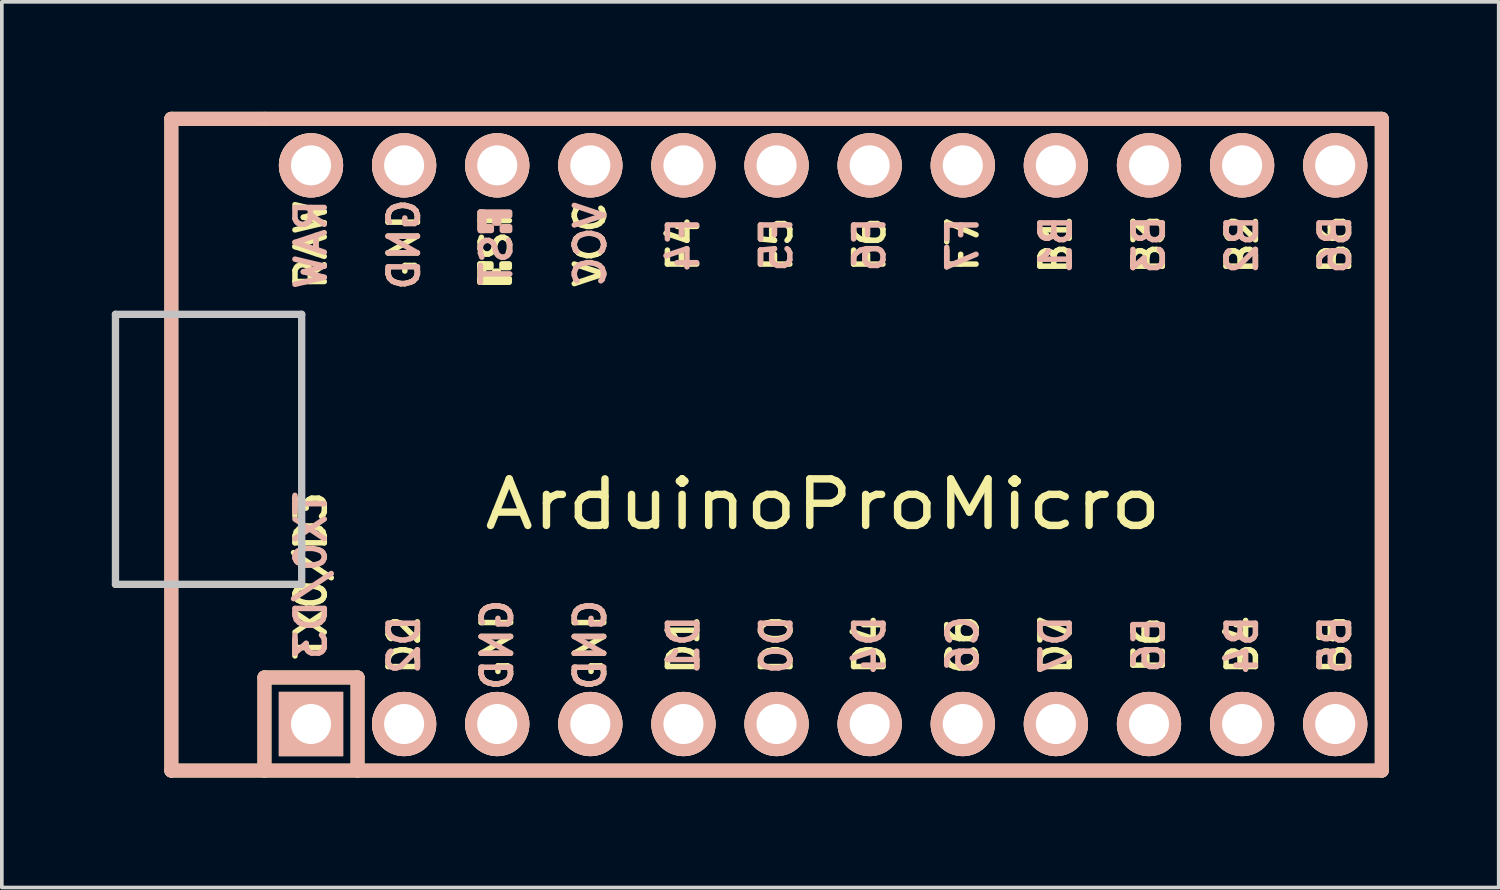
<source format=kicad_pcb>
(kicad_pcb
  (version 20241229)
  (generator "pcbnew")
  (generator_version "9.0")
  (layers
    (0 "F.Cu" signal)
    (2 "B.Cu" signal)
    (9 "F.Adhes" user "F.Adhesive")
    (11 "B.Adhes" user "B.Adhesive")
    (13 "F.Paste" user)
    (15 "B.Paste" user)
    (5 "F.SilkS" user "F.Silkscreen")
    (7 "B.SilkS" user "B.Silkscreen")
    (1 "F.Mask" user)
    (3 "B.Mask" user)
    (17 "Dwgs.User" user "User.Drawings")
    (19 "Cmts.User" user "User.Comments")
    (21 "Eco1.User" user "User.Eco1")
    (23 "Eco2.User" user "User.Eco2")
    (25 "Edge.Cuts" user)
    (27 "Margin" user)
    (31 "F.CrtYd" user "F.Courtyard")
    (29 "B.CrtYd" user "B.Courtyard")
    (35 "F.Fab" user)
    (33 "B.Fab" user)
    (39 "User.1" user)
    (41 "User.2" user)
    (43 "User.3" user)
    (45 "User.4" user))
  (footprint "ArduinoProMicro"
    (layer "F.Cu")
    (at 19.404 9.081)
    (property "Reference" "ArduinoProMicro" (at 0 1.625 0) (layer "F.SilkS") (effects (font (size 1.27 1.524) (thickness 0.203))))
    (attr through_hole)
    (fp_line (start -17.78 -8.89) (end -17.78 8.89) (stroke (width 0.381) (type solid)) (layer "F.SilkS"))
    (fp_line (start -17.78 8.89) (end -15.24 8.89) (stroke (width 0.381) (type solid)) (layer "F.SilkS"))
    (fp_line (start -15.24 -8.89) (end -17.78 -8.89) (stroke (width 0.381) (type solid)) (layer "F.SilkS"))
    (fp_line (start -15.24 6.35) (end -15.24 8.89) (stroke (width 0.381) (type solid)) (layer "F.SilkS"))
    (fp_line (start -15.24 6.35) (end -12.7 6.35) (stroke (width 0.381) (type solid)) (layer "F.SilkS"))
    (fp_line (start -15.24 8.89) (end 15.24 8.89) (stroke (width 0.381) (type solid)) (layer "F.SilkS"))
    (fp_line (start -12.7 6.35) (end -12.7 8.89) (stroke (width 0.381) (type solid)) (layer "F.SilkS"))
    (fp_line (start 15.24 -8.89) (end -15.24 -8.89) (stroke (width 0.381) (type solid)) (layer "F.SilkS"))
    (fp_line (start 15.24 8.89) (end 15.24 -8.89) (stroke (width 0.381) (type solid)) (layer "F.SilkS"))
    (fp_poly (pts (xy -9.361 -4.932) (xy -9.261 -4.932) (xy -9.261 -4.432) (xy -9.361 -4.432)) (stroke (width 0.15) (type solid)) (fill yes) (layer "F.SilkS"))
    (fp_poly (pts (xy -9.361 -4.932) (xy -9.061 -4.932) (xy -9.061 -4.832) (xy -9.361 -4.832)) (stroke (width 0.15) (type solid)) (fill yes) (layer "F.SilkS"))
    (fp_poly (pts (xy -9.361 -4.532) (xy -8.561 -4.532) (xy -8.561 -4.432) (xy -9.361 -4.432)) (stroke (width 0.15) (type solid)) (fill yes) (layer "F.SilkS"))
    (fp_poly (pts (xy -8.961 -4.732) (xy -8.861 -4.732) (xy -8.861 -4.632) (xy -8.961 -4.632)) (stroke (width 0.15) (type solid)) (fill yes) (layer "F.SilkS"))
    (fp_poly (pts (xy -8.761 -4.932) (xy -8.561 -4.932) (xy -8.561 -4.832) (xy -8.761 -4.832)) (stroke (width 0.15) (type solid)) (fill yes) (layer "F.SilkS"))
    (fp_line (start -17.78 -8.89) (end -17.78 8.89) (stroke (width 0.381) (type solid)) (layer "B.SilkS"))
    (fp_line (start -17.78 8.89) (end 15.24 8.89) (stroke (width 0.381) (type solid)) (layer "B.SilkS"))
    (fp_line (start -15.24 6.35) (end -15.24 8.89) (stroke (width 0.381) (type solid)) (layer "B.SilkS"))
    (fp_line (start -15.24 6.35) (end -12.7 6.35) (stroke (width 0.381) (type solid)) (layer "B.SilkS"))
    (fp_line (start -12.7 6.35) (end -12.7 8.89) (stroke (width 0.381) (type solid)) (layer "B.SilkS"))
    (fp_line (start 15.24 -8.89) (end -17.78 -8.89) (stroke (width 0.381) (type solid)) (layer "B.SilkS"))
    (fp_line (start 15.24 8.89) (end 15.24 -8.89) (stroke (width 0.381) (type solid)) (layer "B.SilkS"))
    (fp_poly (pts (xy -9.351 -6.245) (xy -8.551 -6.245) (xy -8.551 -6.345) (xy -9.351 -6.345)) (stroke (width 0.15) (type solid)) (fill yes) (layer "B.SilkS"))
    (fp_poly (pts (xy -9.351 -5.845) (xy -9.251 -5.845) (xy -9.251 -6.345) (xy -9.351 -6.345)) (stroke (width 0.15) (type solid)) (fill yes) (layer "B.SilkS"))
    (fp_poly (pts (xy -9.351 -5.845) (xy -9.051 -5.845) (xy -9.051 -5.945) (xy -9.351 -5.945)) (stroke (width 0.15) (type solid)) (fill yes) (layer "B.SilkS"))
    (fp_poly (pts (xy -8.951 -6.045) (xy -8.851 -6.045) (xy -8.851 -6.145) (xy -8.951 -6.145)) (stroke (width 0.15) (type solid)) (fill yes) (layer "B.SilkS"))
    (fp_poly (pts (xy -8.751 -5.845) (xy -8.551 -5.845) (xy -8.551 -5.945) (xy -8.751 -5.945)) (stroke (width 0.15) (type solid)) (fill yes) (layer "B.SilkS"))
    (fp_line (start -19.304 -3.556) (end -14.224 -3.556) (stroke (width 0.2) (type solid)) (layer "Dwgs.User"))
    (fp_line (start -19.304 3.81) (end -19.304 -3.556) (stroke (width 0.2) (type solid)) (layer "Dwgs.User"))
    (fp_line (start -14.224 -3.556) (end -14.224 3.81) (stroke (width 0.2) (type solid)) (layer "Dwgs.User"))
    (fp_line (start -14.224 3.81) (end -19.304 3.81) (stroke (width 0.2) (type solid)) (layer "Dwgs.User"))
    (fp_text user "B6" (at 13.97 -5.461 90) (layer "F.SilkS") (effects (font (size 0.8 0.8) (thickness 0.15))))
    (fp_text user "E6" (at 8.89 5.461 90) (layer "F.SilkS") (effects (font (size 0.8 0.8) (thickness 0.15))))
    (fp_text user "D2" (at -11.43 5.461 90) (layer "F.SilkS") (effects (font (size 0.8 0.8) (thickness 0.15))))
    (fp_text user "F7" (at 3.81 -5.461 90) (layer "F.SilkS") (effects (font (size 0.8 0.8) (thickness 0.15))))
    (fp_text user "D1" (at -3.81 5.461 90) (layer "F.SilkS") (effects (font (size 0.8 0.8) (thickness 0.15))))
    (fp_text user "GND" (at -6.35 5.461 90) (layer "F.SilkS") (effects (font (size 0.8 0.8) (thickness 0.15))))
    (fp_text user "B5" (at 13.97 5.461 90) (layer "F.SilkS") (effects (font (size 0.8 0.8) (thickness 0.15))))
    (fp_text user "F5" (at -1.27 -5.461 90) (layer "F.SilkS") (effects (font (size 0.8 0.8) (thickness 0.15))))
    (fp_text user "VCC" (at -6.35 -5.461 90) (layer "F.SilkS") (effects (font (size 0.8 0.8) (thickness 0.15))))
    (fp_text user "GND" (at -11.43 -5.461 90) (layer "F.SilkS") (effects (font (size 0.8 0.8) (thickness 0.15))))
    (fp_text user "B2" (at 11.43 -5.461 90) (layer "F.SilkS") (effects (font (size 0.8 0.8) (thickness 0.15))))
    (fp_text user "TX0/D3" (at -13.97 3.572 90) (layer "F.SilkS") (effects (font (size 0.8 0.8) (thickness 0.15))))
    (fp_text user "RAW" (at -13.97 -5.461 90) (layer "F.SilkS") (effects (font (size 0.8 0.8) (thickness 0.15))))
    (fp_text user "D4" (at 1.27 5.461 90) (layer "F.SilkS") (effects (font (size 0.8 0.8) (thickness 0.15))))
    (fp_text user "B4" (at 11.43 5.461 90) (layer "F.SilkS") (effects (font (size 0.8 0.8) (thickness 0.15))))
    (fp_text user "B3" (at 8.89 -5.461 90) (layer "F.SilkS") (effects (font (size 0.8 0.8) (thickness 0.15))))
    (fp_text user "ST" (at -8.92 -5.733 90) (layer "F.SilkS") (effects (font (size 0.8 0.8) (thickness 0.15))))
    (fp_text user "F4" (at -3.81 -5.461 90) (layer "F.SilkS") (effects (font (size 0.8 0.8) (thickness 0.15))))
    (fp_text user "C6" (at 3.81 5.461 90) (layer "F.SilkS") (effects (font (size 0.8 0.8) (thickness 0.15))))
    (fp_text user "D0" (at -1.27 5.461 90) (layer "F.SilkS") (effects (font (size 0.8 0.8) (thickness 0.15))))
    (fp_text user "GND" (at -8.89 5.461 90) (layer "F.SilkS") (effects (font (size 0.8 0.8) (thickness 0.15))))
    (fp_text user "B1" (at 6.35 -5.461 90) (layer "F.SilkS") (effects (font (size 0.8 0.8) (thickness 0.15))))
    (fp_text user "D7" (at 6.35 5.461 90) (layer "F.SilkS") (effects (font (size 0.8 0.8) (thickness 0.15))))
    (fp_text user "F6" (at 1.27 -5.461 90) (layer "F.SilkS") (effects (font (size 0.8 0.8) (thickness 0.15))))
    (fp_text user "F7" (at 3.81 -5.461 90) (layer "B.SilkS") (effects (font (size 0.8 0.8) (thickness 0.15)) (justify mirror)))
    (fp_text user "F6" (at 1.27 -5.461 90) (layer "B.SilkS") (effects (font (size 0.8 0.8) (thickness 0.15)) (justify mirror)))
    (fp_text user "VCC" (at -6.35 -5.461 90) (layer "B.SilkS") (effects (font (size 0.8 0.8) (thickness 0.15)) (justify mirror)))
    (fp_text user "D7" (at 6.35 5.461 90) (layer "B.SilkS") (effects (font (size 0.8 0.8) (thickness 0.15)) (justify mirror)))
    (fp_text user "B1" (at 6.35 -5.461 90) (layer "B.SilkS") (effects (font (size 0.8 0.8) (thickness 0.15)) (justify mirror)))
    (fp_text user "F5" (at -1.27 -5.461 90) (layer "B.SilkS") (effects (font (size 0.8 0.8) (thickness 0.15)) (justify mirror)))
    (fp_text user "D1" (at -3.81 5.461 90) (layer "B.SilkS") (effects (font (size 0.8 0.8) (thickness 0.15)) (justify mirror)))
    (fp_text user "D0" (at -1.27 5.461 90) (layer "B.SilkS") (effects (font (size 0.8 0.8) (thickness 0.15)) (justify mirror)))
    (fp_text user "D2" (at -11.43 5.461 90) (layer "B.SilkS") (effects (font (size 0.8 0.8) (thickness 0.15)) (justify mirror)))
    (fp_text user "B5" (at 13.97 5.461 90) (layer "B.SilkS") (effects (font (size 0.8 0.8) (thickness 0.15)) (justify mirror)))
    (fp_text user "TX0/D3" (at -13.97 3.572 90) (layer "B.SilkS") (effects (font (size 0.8 0.8) (thickness 0.15)) (justify mirror)))
    (fp_text user "D4" (at 1.27 5.461 90) (layer "B.SilkS") (effects (font (size 0.8 0.8) (thickness 0.15)) (justify mirror)))
    (fp_text user "F4" (at -3.81 -5.461 90) (layer "B.SilkS") (effects (font (size 0.8 0.8) (thickness 0.15)) (justify mirror)))
    (fp_text user "GND" (at -6.35 5.461 90) (layer "B.SilkS") (effects (font (size 0.8 0.8) (thickness 0.15)) (justify mirror)))
    (fp_text user "RAW" (at -13.97 -5.461 90) (layer "B.SilkS") (effects (font (size 0.8 0.8) (thickness 0.15)) (justify mirror)))
    (fp_text user "B2" (at 11.43 -5.461 90) (layer "B.SilkS") (effects (font (size 0.8 0.8) (thickness 0.15)) (justify mirror)))
    (fp_text user "C6" (at 3.81 5.461 90) (layer "B.SilkS") (effects (font (size 0.8 0.8) (thickness 0.15)) (justify mirror)))
    (fp_text user "ST" (at -8.91 -5.04 90) (layer "B.SilkS") (effects (font (size 0.8 0.8) (thickness 0.15)) (justify mirror)))
    (fp_text user "B3" (at 8.89 -5.461 90) (layer "B.SilkS") (effects (font (size 0.8 0.8) (thickness 0.15)) (justify mirror)))
    (fp_text user "B6" (at 13.97 -5.461 90) (layer "B.SilkS") (effects (font (size 0.8 0.8) (thickness 0.15)) (justify mirror)))
    (fp_text user "E6" (at 8.89 5.461 90) (layer "B.SilkS") (effects (font (size 0.8 0.8) (thickness 0.15)) (justify mirror)))
    (fp_text user "B4" (at 11.43 5.461 90) (layer "B.SilkS") (effects (font (size 0.8 0.8) (thickness 0.15)) (justify mirror)))
    (fp_text user "GND" (at -8.89 5.461 90) (layer "B.SilkS") (effects (font (size 0.8 0.8) (thickness 0.15)) (justify mirror)))
    (fp_text user "GND" (at -11.43 -5.461 90) (layer "B.SilkS") (effects (font (size 0.8 0.8) (thickness 0.15)) (justify mirror)))
    (pad "1" thru_hole rect (at -13.97 7.62) (size 1.753 1.753) (drill 1.092) (layers "*.Cu" "*.SilkS" "*.Mask"))
    (pad "2" thru_hole circle (at -11.43 7.62) (size 1.753 1.753) (drill 1.092) (layers "*.Cu" "*.SilkS" "*.Mask"))
    (pad "3" thru_hole circle (at -8.89 7.62) (size 1.753 1.753) (drill 1.092) (layers "*.Cu" "*.SilkS" "*.Mask"))
    (pad "4" thru_hole circle (at -6.35 7.62) (size 1.753 1.753) (drill 1.092) (layers "*.Cu" "*.SilkS" "*.Mask"))
    (pad "5" thru_hole circle (at -3.81 7.62) (size 1.753 1.753) (drill 1.092) (layers "*.Cu" "*.SilkS" "*.Mask"))
    (pad "6" thru_hole circle (at -1.27 7.62) (size 1.753 1.753) (drill 1.092) (layers "*.Cu" "*.SilkS" "*.Mask"))
    (pad "7" thru_hole circle (at 1.27 7.62) (size 1.753 1.753) (drill 1.092) (layers "*.Cu" "*.SilkS" "*.Mask"))
    (pad "8" thru_hole circle (at 3.81 7.62) (size 1.753 1.753) (drill 1.092) (layers "*.Cu" "*.SilkS" "*.Mask"))
    (pad "9" thru_hole circle (at 6.35 7.62) (size 1.753 1.753) (drill 1.092) (layers "*.Cu" "*.SilkS" "*.Mask"))
    (pad "10" thru_hole circle (at 8.89 7.62) (size 1.753 1.753) (drill 1.092) (layers "*.Cu" "*.SilkS" "*.Mask"))
    (pad "11" thru_hole circle (at 11.43 7.62) (size 1.753 1.753) (drill 1.092) (layers "*.Cu" "*.SilkS" "*.Mask"))
    (pad "12" thru_hole circle (at 13.97 7.62) (size 1.753 1.753) (drill 1.092) (layers "*.Cu" "*.SilkS" "*.Mask"))
    (pad "13" thru_hole circle (at 13.97 -7.62) (size 1.753 1.753) (drill 1.092) (layers "*.Cu" "*.SilkS" "*.Mask"))
    (pad "14" thru_hole circle (at 11.43 -7.62) (size 1.753 1.753) (drill 1.092) (layers "*.Cu" "*.SilkS" "*.Mask"))
    (pad "15" thru_hole circle (at 8.89 -7.62) (size 1.753 1.753) (drill 1.092) (layers "*.Cu" "*.SilkS" "*.Mask"))
    (pad "16" thru_hole circle (at 6.35 -7.62) (size 1.753 1.753) (drill 1.092) (layers "*.Cu" "*.SilkS" "*.Mask"))
    (pad "17" thru_hole circle (at 3.81 -7.62) (size 1.753 1.753) (drill 1.092) (layers "*.Cu" "*.SilkS" "*.Mask"))
    (pad "18" thru_hole circle (at 1.27 -7.62) (size 1.753 1.753) (drill 1.092) (layers "*.Cu" "*.SilkS" "*.Mask"))
    (pad "19" thru_hole circle (at -1.27 -7.62) (size 1.753 1.753) (drill 1.092) (layers "*.Cu" "*.SilkS" "*.Mask"))
    (pad "20" thru_hole circle (at -3.81 -7.62) (size 1.753 1.753) (drill 1.092) (layers "*.Cu" "*.SilkS" "*.Mask"))
    (pad "21" thru_hole circle (at -6.35 -7.62) (size 1.753 1.753) (drill 1.092) (layers "*.Cu" "*.SilkS" "*.Mask"))
    (pad "22" thru_hole circle (at -8.89 -7.62) (size 1.753 1.753) (drill 1.092) (layers "*.Cu" "*.SilkS" "*.Mask"))
    (pad "23" thru_hole circle (at -11.43 -7.62) (size 1.753 1.753) (drill 1.092) (layers "*.Cu" "*.SilkS" "*.Mask"))
    (pad "24" thru_hole circle (at -13.97 -7.62) (size 1.753 1.753) (drill 1.092) (layers "*.Cu" "*.SilkS" "*.Mask")))
  (gr_rect
    (start -3 -3)
    (end 37.834 21.161)
    (stroke (width 0.1) (type default))
    (fill no)
    (layer "Edge.Cuts")))
</source>
